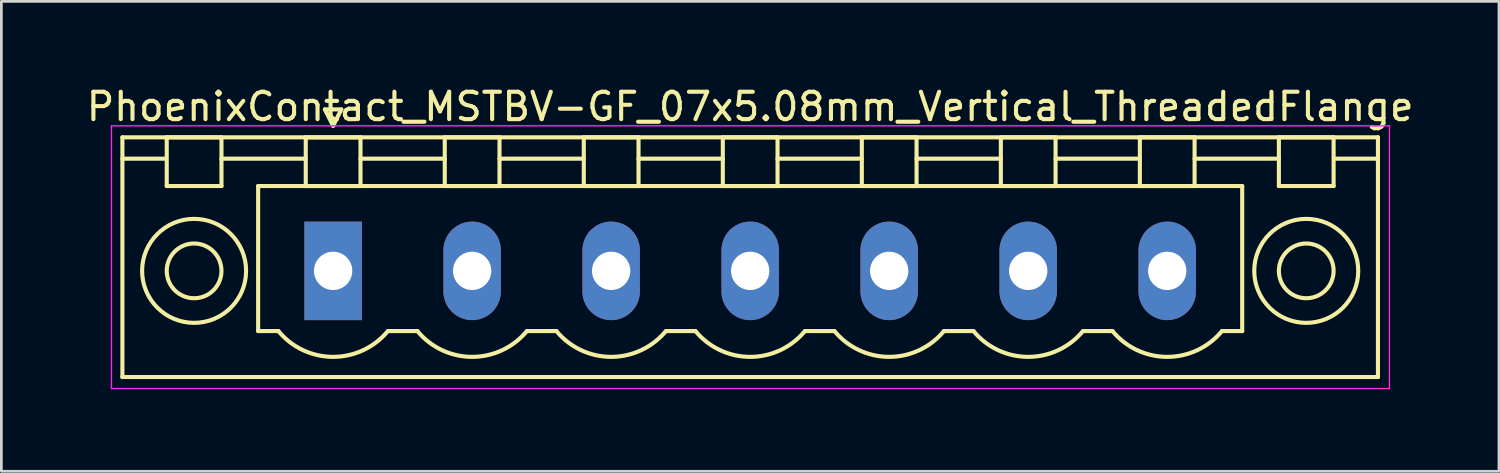
<source format=kicad_pcb>
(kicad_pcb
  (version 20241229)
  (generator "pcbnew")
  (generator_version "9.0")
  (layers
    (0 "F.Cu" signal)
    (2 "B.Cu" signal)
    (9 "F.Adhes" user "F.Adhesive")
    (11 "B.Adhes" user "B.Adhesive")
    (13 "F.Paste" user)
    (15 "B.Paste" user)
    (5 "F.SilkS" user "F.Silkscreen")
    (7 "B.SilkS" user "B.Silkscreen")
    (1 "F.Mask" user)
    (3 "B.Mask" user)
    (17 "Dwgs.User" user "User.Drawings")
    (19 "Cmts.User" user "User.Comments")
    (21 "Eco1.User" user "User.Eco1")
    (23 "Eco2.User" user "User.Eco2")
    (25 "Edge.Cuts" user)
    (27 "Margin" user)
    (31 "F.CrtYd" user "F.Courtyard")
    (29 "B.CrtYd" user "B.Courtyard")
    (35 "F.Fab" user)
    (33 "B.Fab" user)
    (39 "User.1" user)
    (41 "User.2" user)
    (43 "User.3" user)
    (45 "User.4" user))
  (footprint "PhoenixContact_MSTBV-GF_07x5.08mm_Vertical_ThreadedFlange"
    (layer "F.Cu")
    (at 9.123 6.848)
    (property "Reference" "PhoenixContact_MSTBV-GF_07x5.08mm_Vertical_ThreadedFlange" (at 15.24 -6 0) (layer "F.SilkS") (effects (font (size 1 1) (thickness 0.15))))
    (attr through_hole)
    (fp_line (start -7.7 -4.88) (end -7.7 3.88) (stroke (width 0.15) (type solid)) (layer "F.SilkS"))
    (fp_line (start -7.7 -4.1) (end -6.16 -4.1) (stroke (width 0.15) (type solid)) (layer "F.SilkS"))
    (fp_line (start -7.7 3.88) (end 38.18 3.88) (stroke (width 0.15) (type solid)) (layer "F.SilkS"))
    (fp_line (start -6.08 -4.88) (end -4.08 -4.88) (stroke (width 0.15) (type solid)) (layer "F.SilkS"))
    (fp_line (start -6.08 -3.1) (end -6.08 -4.88) (stroke (width 0.15) (type solid)) (layer "F.SilkS"))
    (fp_line (start -4.08 -4.88) (end -4.08 -3.1) (stroke (width 0.15) (type solid)) (layer "F.SilkS"))
    (fp_line (start -4.08 -4.1) (end -1 -4.1) (stroke (width 0.15) (type solid)) (layer "F.SilkS"))
    (fp_line (start -4.08 -3.1) (end -6.08 -3.1) (stroke (width 0.15) (type solid)) (layer "F.SilkS"))
    (fp_line (start -2.74 -3.1) (end 33.22 -3.1) (stroke (width 0.15) (type solid)) (layer "F.SilkS"))
    (fp_line (start -2.74 2.2) (end -2.74 -3.1) (stroke (width 0.15) (type solid)) (layer "F.SilkS"))
    (fp_line (start -2 2.2) (end -2.74 2.2) (stroke (width 0.15) (type solid)) (layer "F.SilkS"))
    (fp_line (start -1 -4.88) (end 1 -4.88) (stroke (width 0.15) (type solid)) (layer "F.SilkS"))
    (fp_line (start -1 -3.1) (end -1 -4.88) (stroke (width 0.15) (type solid)) (layer "F.SilkS"))
    (fp_line (start -0.3 -5.9) (end 0 -5.3) (stroke (width 0.15) (type solid)) (layer "F.SilkS"))
    (fp_line (start 0 -5.3) (end 0.3 -5.9) (stroke (width 0.15) (type solid)) (layer "F.SilkS"))
    (fp_line (start 0.3 -5.9) (end -0.3 -5.9) (stroke (width 0.15) (type solid)) (layer "F.SilkS"))
    (fp_line (start 1 -4.88) (end 1 -3.1) (stroke (width 0.15) (type solid)) (layer "F.SilkS"))
    (fp_line (start 1 -4.1) (end 4.08 -4.1) (stroke (width 0.15) (type solid)) (layer "F.SilkS"))
    (fp_line (start 1 -3.1) (end -1 -3.1) (stroke (width 0.15) (type solid)) (layer "F.SilkS"))
    (fp_line (start 2 2.2) (end 3.08 2.2) (stroke (width 0.15) (type solid)) (layer "F.SilkS"))
    (fp_line (start 4.08 -4.88) (end 6.08 -4.88) (stroke (width 0.15) (type solid)) (layer "F.SilkS"))
    (fp_line (start 4.08 -3.1) (end 4.08 -4.88) (stroke (width 0.15) (type solid)) (layer "F.SilkS"))
    (fp_line (start 6.08 -4.88) (end 6.08 -3.1) (stroke (width 0.15) (type solid)) (layer "F.SilkS"))
    (fp_line (start 6.08 -4.1) (end 9.16 -4.1) (stroke (width 0.15) (type solid)) (layer "F.SilkS"))
    (fp_line (start 6.08 -3.1) (end 4.08 -3.1) (stroke (width 0.15) (type solid)) (layer "F.SilkS"))
    (fp_line (start 7.08 2.2) (end 8.16 2.2) (stroke (width 0.15) (type solid)) (layer "F.SilkS"))
    (fp_line (start 9.16 -4.88) (end 11.16 -4.88) (stroke (width 0.15) (type solid)) (layer "F.SilkS"))
    (fp_line (start 9.16 -3.1) (end 9.16 -4.88) (stroke (width 0.15) (type solid)) (layer "F.SilkS"))
    (fp_line (start 11.16 -4.88) (end 11.16 -3.1) (stroke (width 0.15) (type solid)) (layer "F.SilkS"))
    (fp_line (start 11.16 -4.1) (end 14.24 -4.1) (stroke (width 0.15) (type solid)) (layer "F.SilkS"))
    (fp_line (start 11.16 -3.1) (end 9.16 -3.1) (stroke (width 0.15) (type solid)) (layer "F.SilkS"))
    (fp_line (start 12.16 2.2) (end 13.24 2.2) (stroke (width 0.15) (type solid)) (layer "F.SilkS"))
    (fp_line (start 14.24 -4.88) (end 16.24 -4.88) (stroke (width 0.15) (type solid)) (layer "F.SilkS"))
    (fp_line (start 14.24 -3.1) (end 14.24 -4.88) (stroke (width 0.15) (type solid)) (layer "F.SilkS"))
    (fp_line (start 16.24 -4.88) (end 16.24 -3.1) (stroke (width 0.15) (type solid)) (layer "F.SilkS"))
    (fp_line (start 16.24 -4.1) (end 19.32 -4.1) (stroke (width 0.15) (type solid)) (layer "F.SilkS"))
    (fp_line (start 16.24 -3.1) (end 14.24 -3.1) (stroke (width 0.15) (type solid)) (layer "F.SilkS"))
    (fp_line (start 17.24 2.2) (end 18.32 2.2) (stroke (width 0.15) (type solid)) (layer "F.SilkS"))
    (fp_line (start 19.32 -4.88) (end 21.32 -4.88) (stroke (width 0.15) (type solid)) (layer "F.SilkS"))
    (fp_line (start 19.32 -3.1) (end 19.32 -4.88) (stroke (width 0.15) (type solid)) (layer "F.SilkS"))
    (fp_line (start 21.32 -4.88) (end 21.32 -3.1) (stroke (width 0.15) (type solid)) (layer "F.SilkS"))
    (fp_line (start 21.32 -4.1) (end 24.4 -4.1) (stroke (width 0.15) (type solid)) (layer "F.SilkS"))
    (fp_line (start 21.32 -3.1) (end 19.32 -3.1) (stroke (width 0.15) (type solid)) (layer "F.SilkS"))
    (fp_line (start 22.32 2.2) (end 23.4 2.2) (stroke (width 0.15) (type solid)) (layer "F.SilkS"))
    (fp_line (start 24.4 -4.88) (end 26.4 -4.88) (stroke (width 0.15) (type solid)) (layer "F.SilkS"))
    (fp_line (start 24.4 -3.1) (end 24.4 -4.88) (stroke (width 0.15) (type solid)) (layer "F.SilkS"))
    (fp_line (start 26.4 -4.88) (end 26.4 -3.1) (stroke (width 0.15) (type solid)) (layer "F.SilkS"))
    (fp_line (start 26.4 -4.1) (end 29.48 -4.1) (stroke (width 0.15) (type solid)) (layer "F.SilkS"))
    (fp_line (start 26.4 -3.1) (end 24.4 -3.1) (stroke (width 0.15) (type solid)) (layer "F.SilkS"))
    (fp_line (start 27.4 2.2) (end 28.48 2.2) (stroke (width 0.15) (type solid)) (layer "F.SilkS"))
    (fp_line (start 29.48 -4.88) (end 31.48 -4.88) (stroke (width 0.15) (type solid)) (layer "F.SilkS"))
    (fp_line (start 29.48 -3.1) (end 29.48 -4.88) (stroke (width 0.15) (type solid)) (layer "F.SilkS"))
    (fp_line (start 31.48 -4.88) (end 31.48 -3.1) (stroke (width 0.15) (type solid)) (layer "F.SilkS"))
    (fp_line (start 31.48 -4.1) (end 34.56 -4.1) (stroke (width 0.15) (type solid)) (layer "F.SilkS"))
    (fp_line (start 31.48 -3.1) (end 29.48 -3.1) (stroke (width 0.15) (type solid)) (layer "F.SilkS"))
    (fp_line (start 33.22 -3.1) (end 33.22 2.2) (stroke (width 0.15) (type solid)) (layer "F.SilkS"))
    (fp_line (start 33.22 2.2) (end 32.48 2.2) (stroke (width 0.15) (type solid)) (layer "F.SilkS"))
    (fp_line (start 34.56 -4.88) (end 36.56 -4.88) (stroke (width 0.15) (type solid)) (layer "F.SilkS"))
    (fp_line (start 34.56 -3.1) (end 34.56 -4.88) (stroke (width 0.15) (type solid)) (layer "F.SilkS"))
    (fp_line (start 36.56 -4.88) (end 36.56 -3.1) (stroke (width 0.15) (type solid)) (layer "F.SilkS"))
    (fp_line (start 36.56 -3.1) (end 34.56 -3.1) (stroke (width 0.15) (type solid)) (layer "F.SilkS"))
    (fp_line (start 38.18 -4.88) (end -7.7 -4.88) (stroke (width 0.15) (type solid)) (layer "F.SilkS"))
    (fp_line (start 38.18 -4.1) (end 36.64 -4.1) (stroke (width 0.15) (type solid)) (layer "F.SilkS"))
    (fp_line (start 38.18 3.88) (end 38.18 -4.88) (stroke (width 0.15) (type solid)) (layer "F.SilkS"))
    (fp_arc (start 1.986842 2.215821) (mid -0.010289 3.142758) (end -2 2.2) (stroke (width 0.15) (type solid)) (layer "F.SilkS"))
    (fp_arc (start 7.066842 2.215821) (mid 5.069711 3.142758) (end 3.08 2.2) (stroke (width 0.15) (type solid)) (layer "F.SilkS"))
    (fp_arc (start 12.146842 2.215821) (mid 10.149711 3.142758) (end 8.16 2.2) (stroke (width 0.15) (type solid)) (layer "F.SilkS"))
    (fp_arc (start 17.226842 2.215821) (mid 15.229711 3.142758) (end 13.24 2.2) (stroke (width 0.15) (type solid)) (layer "F.SilkS"))
    (fp_arc (start 22.306842 2.215821) (mid 20.309711 3.142758) (end 18.32 2.2) (stroke (width 0.15) (type solid)) (layer "F.SilkS"))
    (fp_arc (start 27.386842 2.215821) (mid 25.389711 3.142758) (end 23.4 2.2) (stroke (width 0.15) (type solid)) (layer "F.SilkS"))
    (fp_arc (start 32.466842 2.215821) (mid 30.469711 3.142758) (end 28.48 2.2) (stroke (width 0.15) (type solid)) (layer "F.SilkS"))
    (fp_circle (center -5.08 0) (end -4.08 0) (stroke (width 0.15) (type solid)) (fill no) (layer "F.SilkS"))
    (fp_circle (center -5.08 0) (end -3.18 0) (stroke (width 0.15) (type solid)) (fill no) (layer "F.SilkS"))
    (fp_circle (center 35.56 0) (end 36.56 0) (stroke (width 0.15) (type solid)) (fill no) (layer "F.SilkS"))
    (fp_circle (center 35.56 0) (end 37.46 0) (stroke (width 0.15) (type solid)) (fill no) (layer "F.SilkS"))
    (fp_line (start -8.1 -5.3) (end -8.1 4.3) (stroke (width 0.05) (type solid)) (layer "F.CrtYd"))
    (fp_line (start -8.1 4.3) (end 38.6 4.3) (stroke (width 0.05) (type solid)) (layer "F.CrtYd"))
    (fp_line (start 38.6 -5.3) (end -8.1 -5.3) (stroke (width 0.05) (type solid)) (layer "F.CrtYd"))
    (fp_line (start 38.6 4.3) (end 38.6 -5.3) (stroke (width 0.05) (type solid)) (layer "F.CrtYd"))
    (pad "1" thru_hole rect (at 0 0) (size 2.1 3.6) (drill 1.4) (layers "*.Cu" "*.Mask"))
    (pad "2" thru_hole oval (at 5.08 0) (size 2.1 3.6) (drill 1.4) (layers "*.Cu" "*.Mask"))
    (pad "3" thru_hole oval (at 10.16 0) (size 2.1 3.6) (drill 1.4) (layers "*.Cu" "*.Mask"))
    (pad "4" thru_hole oval (at 15.24 0) (size 2.1 3.6) (drill 1.4) (layers "*.Cu" "*.Mask"))
    (pad "5" thru_hole oval (at 20.32 0) (size 2.1 3.6) (drill 1.4) (layers "*.Cu" "*.Mask"))
    (pad "6" thru_hole oval (at 25.4 0) (size 2.1 3.6) (drill 1.4) (layers "*.Cu" "*.Mask"))
    (pad "7" thru_hole oval (at 30.48 0) (size 2.1 3.6) (drill 1.4) (layers "*.Cu" "*.Mask")))
  (gr_rect
    (start -3 -3)
    (end 51.726 14.173)
    (stroke (width 0.1) (type default))
    (fill no)
    (layer "Edge.Cuts")))
</source>
